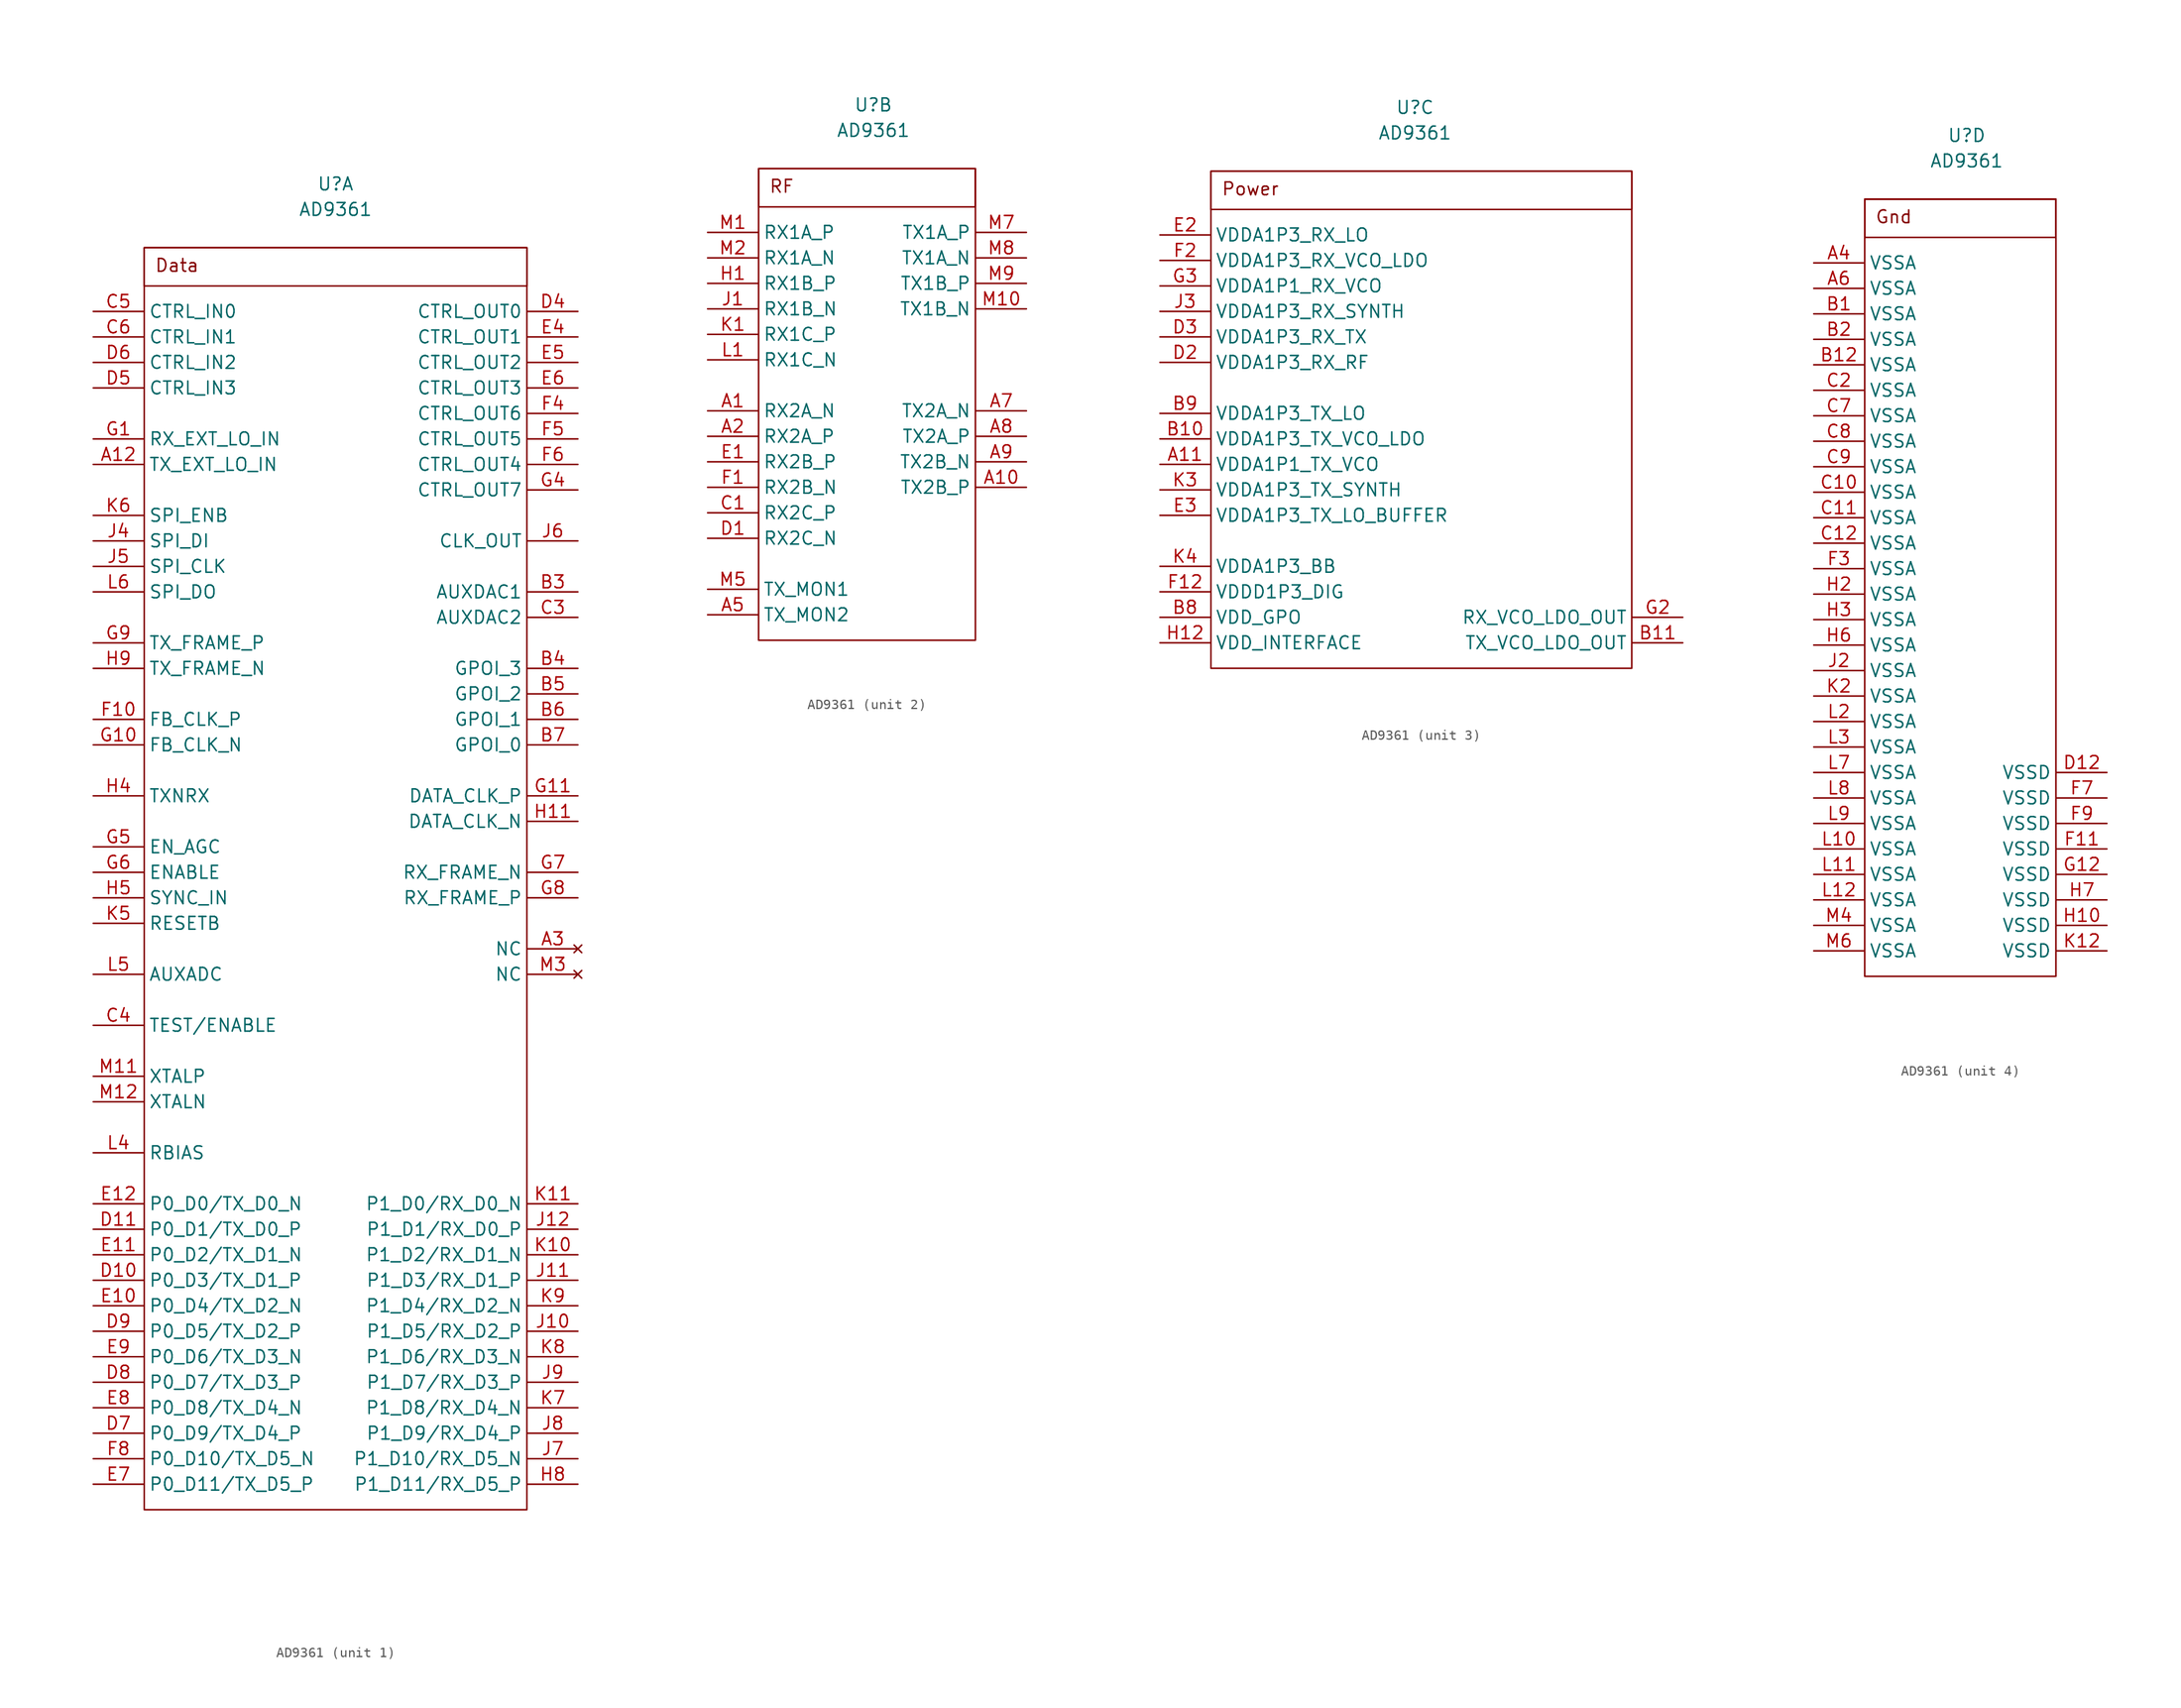
<source format=kicad_sym>
(kicad_symbol_lib
  (version 20231120)
  (generator "kicad_symbol_editor")
  (generator_version "8.0")
  (symbol "AD9361"
    (property "Reference" "U"
      (at 0 3.81 0)
      (effects (font (size 1.27 1.27))))
    (property "Value" "AD9361"
      (at 0 1.27 0)
      (effects (font (size 1.27 1.27))))
    (property "ki_locked" ""
      (at 0 0 0)
      (effects (font (size 1.27 1.27))))
    (symbol "AD9361_1_1"
      (rectangle (start -19.05 -2.54) (end 19.05 -128.27) (stroke (width 0) (type default)) (fill (type none)))
      (text_box "Data" (at -19.05 -2.54 0) (size 38.1 -3.81) (stroke (width 0) (type default)) (fill (type none)) (effects (font (size 1.27 1.27)) (justify left top)))
      (pin input line (at -24.13 -24.13 0) (length 5) (name "TX_EXT_LO_IN" (effects (font (size 1.27 1.27)))) (number "A12" (effects (font (size 1.27 1.27)))))
      (pin no_connect line (at 24.13 -72.39 180) (length 5) (name "NC" (effects (font (size 1.27 1.27)))) (number "A3" (effects (font (size 1.27 1.27)))))
      (pin output line (at 24.13 -36.83 180) (length 5) (name "AUXDAC1" (effects (font (size 1.27 1.27)))) (number "B3" (effects (font (size 1.27 1.27)))))
      (pin output line (at 24.13 -44.45 180) (length 5) (name "GPOI_3" (effects (font (size 1.27 1.27)))) (number "B4" (effects (font (size 1.27 1.27)))))
      (pin output line (at 24.13 -46.99 180) (length 5) (name "GPOI_2" (effects (font (size 1.27 1.27)))) (number "B5" (effects (font (size 1.27 1.27)))))
      (pin output line (at 24.13 -49.53 180) (length 5) (name "GPOI_1" (effects (font (size 1.27 1.27)))) (number "B6" (effects (font (size 1.27 1.27)))))
      (pin output line (at 24.13 -52.07 180) (length 5) (name "GPOI_0" (effects (font (size 1.27 1.27)))) (number "B7" (effects (font (size 1.27 1.27)))))
      (pin output line (at 24.13 -39.37 180) (length 5) (name "AUXDAC2" (effects (font (size 1.27 1.27)))) (number "C3" (effects (font (size 1.27 1.27)))))
      (pin input line (at -24.13 -80.01 0) (length 5) (name "TEST/ENABLE" (effects (font (size 1.27 1.27)))) (number "C4" (effects (font (size 1.27 1.27)))))
      (pin input line (at -24.13 -8.89 0) (length 5) (name "CTRL_IN0" (effects (font (size 1.27 1.27)))) (number "C5" (effects (font (size 1.27 1.27)))))
      (pin input line (at -24.13 -11.43 0) (length 5) (name "CTRL_IN1" (effects (font (size 1.27 1.27)))) (number "C6" (effects (font (size 1.27 1.27)))))
      (pin bidirectional line (at -24.13 -105.41 0) (length 5) (name "P0_D3/TX_D1_P" (effects (font (size 1.27 1.27)))) (number "D10" (effects (font (size 1.27 1.27)))))
      (pin bidirectional line (at -24.13 -100.33 0) (length 5) (name "P0_D1/TX_D0_P" (effects (font (size 1.27 1.27)))) (number "D11" (effects (font (size 1.27 1.27)))))
      (pin output line (at 24.13 -8.89 180) (length 5) (name "CTRL_OUT0" (effects (font (size 1.27 1.27)))) (number "D4" (effects (font (size 1.27 1.27)))))
      (pin input line (at -24.13 -16.51 0) (length 5) (name "CTRL_IN3" (effects (font (size 1.27 1.27)))) (number "D5" (effects (font (size 1.27 1.27)))))
      (pin input line (at -24.13 -13.97 0) (length 5) (name "CTRL_IN2" (effects (font (size 1.27 1.27)))) (number "D6" (effects (font (size 1.27 1.27)))))
      (pin bidirectional line (at -24.13 -120.65 0) (length 5) (name "P0_D9/TX_D4_P" (effects (font (size 1.27 1.27)))) (number "D7" (effects (font (size 1.27 1.27)))))
      (pin bidirectional line (at -24.13 -115.57 0) (length 5) (name "P0_D7/TX_D3_P" (effects (font (size 1.27 1.27)))) (number "D8" (effects (font (size 1.27 1.27)))))
      (pin bidirectional line (at -24.13 -110.49 0) (length 5) (name "P0_D5/TX_D2_P" (effects (font (size 1.27 1.27)))) (number "D9" (effects (font (size 1.27 1.27)))))
      (pin bidirectional line (at -24.13 -107.95 0) (length 5) (name "P0_D4/TX_D2_N" (effects (font (size 1.27 1.27)))) (number "E10" (effects (font (size 1.27 1.27)))))
      (pin bidirectional line (at -24.13 -102.87 0) (length 5) (name "P0_D2/TX_D1_N" (effects (font (size 1.27 1.27)))) (number "E11" (effects (font (size 1.27 1.27)))))
      (pin bidirectional line (at -24.13 -97.79 0) (length 5) (name "P0_D0/TX_D0_N" (effects (font (size 1.27 1.27)))) (number "E12" (effects (font (size 1.27 1.27)))))
      (pin output line (at 24.13 -11.43 180) (length 5) (name "CTRL_OUT1" (effects (font (size 1.27 1.27)))) (number "E4" (effects (font (size 1.27 1.27)))))
      (pin output line (at 24.13 -13.97 180) (length 5) (name "CTRL_OUT2" (effects (font (size 1.27 1.27)))) (number "E5" (effects (font (size 1.27 1.27)))))
      (pin output line (at 24.13 -16.51 180) (length 5) (name "CTRL_OUT3" (effects (font (size 1.27 1.27)))) (number "E6" (effects (font (size 1.27 1.27)))))
      (pin bidirectional line (at -24.13 -125.73 0) (length 5) (name "P0_D11/TX_D5_P" (effects (font (size 1.27 1.27)))) (number "E7" (effects (font (size 1.27 1.27)))))
      (pin bidirectional line (at -24.13 -118.11 0) (length 5) (name "P0_D8/TX_D4_N" (effects (font (size 1.27 1.27)))) (number "E8" (effects (font (size 1.27 1.27)))))
      (pin bidirectional line (at -24.13 -113.03 0) (length 5) (name "P0_D6/TX_D3_N" (effects (font (size 1.27 1.27)))) (number "E9" (effects (font (size 1.27 1.27)))))
      (pin input line (at -24.13 -49.53 0) (length 5) (name "FB_CLK_P" (effects (font (size 1.27 1.27)))) (number "F10" (effects (font (size 1.27 1.27)))))
      (pin output line (at 24.13 -19.05 180) (length 5) (name "CTRL_OUT6" (effects (font (size 1.27 1.27)))) (number "F4" (effects (font (size 1.27 1.27)))))
      (pin output line (at 24.13 -21.59 180) (length 5) (name "CTRL_OUT5" (effects (font (size 1.27 1.27)))) (number "F5" (effects (font (size 1.27 1.27)))))
      (pin output line (at 24.13 -24.13 180) (length 5) (name "CTRL_OUT4" (effects (font (size 1.27 1.27)))) (number "F6" (effects (font (size 1.27 1.27)))))
      (pin bidirectional line (at -24.13 -123.19 0) (length 5) (name "P0_D10/TX_D5_N" (effects (font (size 1.27 1.27)))) (number "F8" (effects (font (size 1.27 1.27)))))
      (pin input line (at -24.13 -21.59 0) (length 5) (name "RX_EXT_LO_IN" (effects (font (size 1.27 1.27)))) (number "G1" (effects (font (size 1.27 1.27)))))
      (pin input line (at -24.13 -52.07 0) (length 5) (name "FB_CLK_N" (effects (font (size 1.27 1.27)))) (number "G10" (effects (font (size 1.27 1.27)))))
      (pin output line (at 24.13 -57.15 180) (length 5) (name "DATA_CLK_P" (effects (font (size 1.27 1.27)))) (number "G11" (effects (font (size 1.27 1.27)))))
      (pin output line (at 24.13 -26.67 180) (length 5) (name "CTRL_OUT7" (effects (font (size 1.27 1.27)))) (number "G4" (effects (font (size 1.27 1.27)))))
      (pin input line (at -24.13 -62.23 0) (length 5) (name "EN_AGC" (effects (font (size 1.27 1.27)))) (number "G5" (effects (font (size 1.27 1.27)))))
      (pin input line (at -24.13 -64.77 0) (length 5) (name "ENABLE" (effects (font (size 1.27 1.27)))) (number "G6" (effects (font (size 1.27 1.27)))))
      (pin output line (at 24.13 -64.77 180) (length 5) (name "RX_FRAME_N" (effects (font (size 1.27 1.27)))) (number "G7" (effects (font (size 1.27 1.27)))))
      (pin output line (at 24.13 -67.31 180) (length 5) (name "RX_FRAME_P" (effects (font (size 1.27 1.27)))) (number "G8" (effects (font (size 1.27 1.27)))))
      (pin input line (at -24.13 -41.91 0) (length 5) (name "TX_FRAME_P" (effects (font (size 1.27 1.27)))) (number "G9" (effects (font (size 1.27 1.27)))))
      (pin output line (at 24.13 -59.69 180) (length 5) (name "DATA_CLK_N" (effects (font (size 1.27 1.27)))) (number "H11" (effects (font (size 1.27 1.27)))))
      (pin input line (at -24.13 -57.15 0) (length 5) (name "TXNRX" (effects (font (size 1.27 1.27)))) (number "H4" (effects (font (size 1.27 1.27)))))
      (pin input line (at -24.13 -67.31 0) (length 5) (name "SYNC_IN" (effects (font (size 1.27 1.27)))) (number "H5" (effects (font (size 1.27 1.27)))))
      (pin bidirectional line (at 24.13 -125.73 180) (length 5) (name "P1_D11/RX_D5_P" (effects (font (size 1.27 1.27)))) (number "H8" (effects (font (size 1.27 1.27)))))
      (pin input line (at -24.13 -44.45 0) (length 5) (name "TX_FRAME_N" (effects (font (size 1.27 1.27)))) (number "H9" (effects (font (size 1.27 1.27)))))
      (pin bidirectional line (at 24.13 -110.49 180) (length 5) (name "P1_D5/RX_D2_P" (effects (font (size 1.27 1.27)))) (number "J10" (effects (font (size 1.27 1.27)))))
      (pin bidirectional line (at 24.13 -105.41 180) (length 5) (name "P1_D3/RX_D1_P" (effects (font (size 1.27 1.27)))) (number "J11" (effects (font (size 1.27 1.27)))))
      (pin bidirectional line (at 24.13 -100.33 180) (length 5) (name "P1_D1/RX_D0_P" (effects (font (size 1.27 1.27)))) (number "J12" (effects (font (size 1.27 1.27)))))
      (pin input line (at -24.13 -31.75 0) (length 5) (name "SPI_DI" (effects (font (size 1.27 1.27)))) (number "J4" (effects (font (size 1.27 1.27)))))
      (pin input line (at -24.13 -34.29 0) (length 5) (name "SPI_CLK" (effects (font (size 1.27 1.27)))) (number "J5" (effects (font (size 1.27 1.27)))))
      (pin output line (at 24.13 -31.75 180) (length 5) (name "CLK_OUT" (effects (font (size 1.27 1.27)))) (number "J6" (effects (font (size 1.27 1.27)))))
      (pin bidirectional line (at 24.13 -123.19 180) (length 5) (name "P1_D10/RX_D5_N" (effects (font (size 1.27 1.27)))) (number "J7" (effects (font (size 1.27 1.27)))))
      (pin bidirectional line (at 24.13 -120.65 180) (length 5) (name "P1_D9/RX_D4_P" (effects (font (size 1.27 1.27)))) (number "J8" (effects (font (size 1.27 1.27)))))
      (pin bidirectional line (at 24.13 -115.57 180) (length 5) (name "P1_D7/RX_D3_P" (effects (font (size 1.27 1.27)))) (number "J9" (effects (font (size 1.27 1.27)))))
      (pin bidirectional line (at 24.13 -102.87 180) (length 5) (name "P1_D2/RX_D1_N" (effects (font (size 1.27 1.27)))) (number "K10" (effects (font (size 1.27 1.27)))))
      (pin bidirectional line (at 24.13 -97.79 180) (length 5) (name "P1_D0/RX_D0_N" (effects (font (size 1.27 1.27)))) (number "K11" (effects (font (size 1.27 1.27)))))
      (pin input line (at -24.13 -69.85 0) (length 5) (name "RESETB" (effects (font (size 1.27 1.27)))) (number "K5" (effects (font (size 1.27 1.27)))))
      (pin input line (at -24.13 -29.21 0) (length 5) (name "SPI_ENB" (effects (font (size 1.27 1.27)))) (number "K6" (effects (font (size 1.27 1.27)))))
      (pin bidirectional line (at 24.13 -118.11 180) (length 5) (name "P1_D8/RX_D4_N" (effects (font (size 1.27 1.27)))) (number "K7" (effects (font (size 1.27 1.27)))))
      (pin bidirectional line (at 24.13 -113.03 180) (length 5) (name "P1_D6/RX_D3_N" (effects (font (size 1.27 1.27)))) (number "K8" (effects (font (size 1.27 1.27)))))
      (pin bidirectional line (at 24.13 -107.95 180) (length 5) (name "P1_D4/RX_D2_N" (effects (font (size 1.27 1.27)))) (number "K9" (effects (font (size 1.27 1.27)))))
      (pin input line (at -24.13 -92.71 0) (length 5) (name "RBIAS" (effects (font (size 1.27 1.27)))) (number "L4" (effects (font (size 1.27 1.27)))))
      (pin input line (at -24.13 -74.93 0) (length 5) (name "AUXADC" (effects (font (size 1.27 1.27)))) (number "L5" (effects (font (size 1.27 1.27)))))
      (pin output line (at -24.13 -36.83 0) (length 5) (name "SPI_DO" (effects (font (size 1.27 1.27)))) (number "L6" (effects (font (size 1.27 1.27)))))
      (pin input line (at -24.13 -85.09 0) (length 5) (name "XTALP" (effects (font (size 1.27 1.27)))) (number "M11" (effects (font (size 1.27 1.27)))))
      (pin input line (at -24.13 -87.63 0) (length 5) (name "XTALN" (effects (font (size 1.27 1.27)))) (number "M12" (effects (font (size 1.27 1.27)))))
      (pin no_connect line (at 24.13 -74.93 180) (length 5) (name "NC" (effects (font (size 1.27 1.27)))) (number "M3" (effects (font (size 1.27 1.27))))))
    (symbol "AD9361_2_1"
      (rectangle (start -11.43 -2.54) (end 10.16 -49.53) (stroke (width 0) (type default)) (fill (type none)))
      (text_box "RF" (at -11.43 -2.54 0) (size 21.59 -3.81) (stroke (width 0) (type default)) (fill (type none)) (effects (font (size 1.27 1.27)) (justify left top)))
      (pin input line (at -16.51 -26.67 0) (length 5) (name "RX2A_N" (effects (font (size 1.27 1.27)))) (number "A1" (effects (font (size 1.27 1.27)))))
      (pin output line (at 15.24 -34.29 180) (length 5) (name "TX2B_P" (effects (font (size 1.27 1.27)))) (number "A10" (effects (font (size 1.27 1.27)))))
      (pin input line (at -16.51 -29.21 0) (length 5) (name "RX2A_P" (effects (font (size 1.27 1.27)))) (number "A2" (effects (font (size 1.27 1.27)))))
      (pin input line (at -16.51 -46.99 0) (length 5) (name "TX_MON2" (effects (font (size 1.27 1.27)))) (number "A5" (effects (font (size 1.27 1.27)))))
      (pin output line (at 15.24 -26.67 180) (length 5) (name "TX2A_N" (effects (font (size 1.27 1.27)))) (number "A7" (effects (font (size 1.27 1.27)))))
      (pin output line (at 15.24 -29.21 180) (length 5) (name "TX2A_P" (effects (font (size 1.27 1.27)))) (number "A8" (effects (font (size 1.27 1.27)))))
      (pin output line (at 15.24 -31.75 180) (length 5) (name "TX2B_N" (effects (font (size 1.27 1.27)))) (number "A9" (effects (font (size 1.27 1.27)))))
      (pin input line (at -16.51 -36.83 0) (length 5) (name "RX2C_P" (effects (font (size 1.27 1.27)))) (number "C1" (effects (font (size 1.27 1.27)))))
      (pin input line (at -16.51 -39.37 0) (length 5) (name "RX2C_N" (effects (font (size 1.27 1.27)))) (number "D1" (effects (font (size 1.27 1.27)))))
      (pin input line (at -16.51 -31.75 0) (length 5) (name "RX2B_P" (effects (font (size 1.27 1.27)))) (number "E1" (effects (font (size 1.27 1.27)))))
      (pin input line (at -16.51 -34.29 0) (length 5) (name "RX2B_N" (effects (font (size 1.27 1.27)))) (number "F1" (effects (font (size 1.27 1.27)))))
      (pin input line (at -16.51 -13.97 0) (length 5) (name "RX1B_P" (effects (font (size 1.27 1.27)))) (number "H1" (effects (font (size 1.27 1.27)))))
      (pin input line (at -16.51 -16.51 0) (length 5) (name "RX1B_N" (effects (font (size 1.27 1.27)))) (number "J1" (effects (font (size 1.27 1.27)))))
      (pin input line (at -16.51 -19.05 0) (length 5) (name "RX1C_P" (effects (font (size 1.27 1.27)))) (number "K1" (effects (font (size 1.27 1.27)))))
      (pin input line (at -16.51 -21.59 0) (length 5) (name "RX1C_N" (effects (font (size 1.27 1.27)))) (number "L1" (effects (font (size 1.27 1.27)))))
      (pin input line (at -16.51 -8.89 0) (length 5) (name "RX1A_P" (effects (font (size 1.27 1.27)))) (number "M1" (effects (font (size 1.27 1.27)))))
      (pin output line (at 15.24 -16.51 180) (length 5) (name "TX1B_N" (effects (font (size 1.27 1.27)))) (number "M10" (effects (font (size 1.27 1.27)))))
      (pin input line (at -16.51 -11.43 0) (length 5) (name "RX1A_N" (effects (font (size 1.27 1.27)))) (number "M2" (effects (font (size 1.27 1.27)))))
      (pin input line (at -16.51 -44.45 0) (length 5) (name "TX_MON1" (effects (font (size 1.27 1.27)))) (number "M5" (effects (font (size 1.27 1.27)))))
      (pin output line (at 15.24 -8.89 180) (length 5) (name "TX1A_P" (effects (font (size 1.27 1.27)))) (number "M7" (effects (font (size 1.27 1.27)))))
      (pin output line (at 15.24 -11.43 180) (length 5) (name "TX1A_N" (effects (font (size 1.27 1.27)))) (number "M8" (effects (font (size 1.27 1.27)))))
      (pin output line (at 15.24 -13.97 180) (length 5) (name "TX1B_P" (effects (font (size 1.27 1.27)))) (number "M9" (effects (font (size 1.27 1.27))))))
    (symbol "AD9361_3_1"
      (rectangle (start -20.32 -2.54) (end 21.59 -52.07) (stroke (width 0) (type default)) (fill (type none)))
      (text_box "Power" (at -20.32 -2.54 0) (size 41.91 -3.81) (stroke (width 0) (type default)) (fill (type none)) (effects (font (size 1.27 1.27)) (justify left top)))
      (pin input line (at -25.4 -31.75 0) (length 5) (name "VDDA1P1_TX_VCO" (effects (font (size 1.27 1.27)))) (number "A11" (effects (font (size 1.27 1.27)))))
      (pin input line (at -25.4 -29.21 0) (length 5) (name "VDDA1P3_TX_VCO_LDO" (effects (font (size 1.27 1.27)))) (number "B10" (effects (font (size 1.27 1.27)))))
      (pin output line (at 26.67 -49.53 180) (length 5) (name "TX_VCO_LDO_OUT" (effects (font (size 1.27 1.27)))) (number "B11" (effects (font (size 1.27 1.27)))))
      (pin input line (at -25.4 -46.99 0) (length 5) (name "VDD_GPO" (effects (font (size 1.27 1.27)))) (number "B8" (effects (font (size 1.27 1.27)))))
      (pin input line (at -25.4 -26.67 0) (length 5) (name "VDDA1P3_TX_LO" (effects (font (size 1.27 1.27)))) (number "B9" (effects (font (size 1.27 1.27)))))
      (pin input line (at -25.4 -21.59 0) (length 5) (name "VDDA1P3_RX_RF" (effects (font (size 1.27 1.27)))) (number "D2" (effects (font (size 1.27 1.27)))))
      (pin input line (at -25.4 -19.05 0) (length 5) (name "VDDA1P3_RX_TX" (effects (font (size 1.27 1.27)))) (number "D3" (effects (font (size 1.27 1.27)))))
      (pin input line (at -25.4 -8.89 0) (length 5) (name "VDDA1P3_RX_LO" (effects (font (size 1.27 1.27)))) (number "E2" (effects (font (size 1.27 1.27)))))
      (pin input line (at -25.4 -36.83 0) (length 5) (name "VDDA1P3_TX_LO_BUFFER" (effects (font (size 1.27 1.27)))) (number "E3" (effects (font (size 1.27 1.27)))))
      (pin input line (at -25.4 -44.45 0) (length 5) (name "VDDD1P3_DIG" (effects (font (size 1.27 1.27)))) (number "F12" (effects (font (size 1.27 1.27)))))
      (pin input line (at -25.4 -11.43 0) (length 5) (name "VDDA1P3_RX_VCO_LDO" (effects (font (size 1.27 1.27)))) (number "F2" (effects (font (size 1.27 1.27)))))
      (pin output line (at 26.67 -46.99 180) (length 5) (name "RX_VCO_LDO_OUT" (effects (font (size 1.27 1.27)))) (number "G2" (effects (font (size 1.27 1.27)))))
      (pin input line (at -25.4 -13.97 0) (length 5) (name "VDDA1P1_RX_VCO" (effects (font (size 1.27 1.27)))) (number "G3" (effects (font (size 1.27 1.27)))))
      (pin input line (at -25.4 -49.53 0) (length 5) (name "VDD_INTERFACE" (effects (font (size 1.27 1.27)))) (number "H12" (effects (font (size 1.27 1.27)))))
      (pin input line (at -25.4 -16.51 0) (length 5) (name "VDDA1P3_RX_SYNTH" (effects (font (size 1.27 1.27)))) (number "J3" (effects (font (size 1.27 1.27)))))
      (pin input line (at -25.4 -34.29 0) (length 5) (name "VDDA1P3_TX_SYNTH" (effects (font (size 1.27 1.27)))) (number "K3" (effects (font (size 1.27 1.27)))))
      (pin input line (at -25.4 -41.91 0) (length 5) (name "VDDA1P3_BB" (effects (font (size 1.27 1.27)))) (number "K4" (effects (font (size 1.27 1.27))))))
    (symbol "AD9361_4_1"
      (rectangle (start -10.16 -2.54) (end 8.89 -80.01) (stroke (width 0) (type default)) (fill (type none)))
      (text_box "Gnd" (at -10.16 -2.54 0) (size 19.05 -3.81) (stroke (width 0) (type default)) (fill (type none)) (effects (font (size 1.27 1.27)) (justify left top)))
      (pin input line (at -15.24 -8.89 0) (length 5) (name "VSSA" (effects (font (size 1.27 1.27)))) (number "A4" (effects (font (size 1.27 1.27)))))
      (pin input line (at -15.24 -11.43 0) (length 5) (name "VSSA" (effects (font (size 1.27 1.27)))) (number "A6" (effects (font (size 1.27 1.27)))))
      (pin input line (at -15.24 -13.97 0) (length 5) (name "VSSA" (effects (font (size 1.27 1.27)))) (number "B1" (effects (font (size 1.27 1.27)))))
      (pin input line (at -15.24 -19.05 0) (length 5) (name "VSSA" (effects (font (size 1.27 1.27)))) (number "B12" (effects (font (size 1.27 1.27)))))
      (pin input line (at -15.24 -16.51 0) (length 5) (name "VSSA" (effects (font (size 1.27 1.27)))) (number "B2" (effects (font (size 1.27 1.27)))))
      (pin input line (at -15.24 -31.75 0) (length 5) (name "VSSA" (effects (font (size 1.27 1.27)))) (number "C10" (effects (font (size 1.27 1.27)))))
      (pin input line (at -15.24 -34.29 0) (length 5) (name "VSSA" (effects (font (size 1.27 1.27)))) (number "C11" (effects (font (size 1.27 1.27)))))
      (pin input line (at -15.24 -36.83 0) (length 5) (name "VSSA" (effects (font (size 1.27 1.27)))) (number "C12" (effects (font (size 1.27 1.27)))))
      (pin input line (at -15.24 -21.59 0) (length 5) (name "VSSA" (effects (font (size 1.27 1.27)))) (number "C2" (effects (font (size 1.27 1.27)))))
      (pin input line (at -15.24 -24.13 0) (length 5) (name "VSSA" (effects (font (size 1.27 1.27)))) (number "C7" (effects (font (size 1.27 1.27)))))
      (pin input line (at -15.24 -26.67 0) (length 5) (name "VSSA" (effects (font (size 1.27 1.27)))) (number "C8" (effects (font (size 1.27 1.27)))))
      (pin input line (at -15.24 -29.21 0) (length 5) (name "VSSA" (effects (font (size 1.27 1.27)))) (number "C9" (effects (font (size 1.27 1.27)))))
      (pin input line (at 13.97 -59.69 180) (length 5) (name "VSSD" (effects (font (size 1.27 1.27)))) (number "D12" (effects (font (size 1.27 1.27)))))
      (pin input line (at 13.97 -67.31 180) (length 5) (name "VSSD" (effects (font (size 1.27 1.27)))) (number "F11" (effects (font (size 1.27 1.27)))))
      (pin input line (at -15.24 -39.37 0) (length 5) (name "VSSA" (effects (font (size 1.27 1.27)))) (number "F3" (effects (font (size 1.27 1.27)))))
      (pin input line (at 13.97 -62.23 180) (length 5) (name "VSSD" (effects (font (size 1.27 1.27)))) (number "F7" (effects (font (size 1.27 1.27)))))
      (pin input line (at 13.97 -64.77 180) (length 5) (name "VSSD" (effects (font (size 1.27 1.27)))) (number "F9" (effects (font (size 1.27 1.27)))))
      (pin input line (at 13.97 -69.85 180) (length 5) (name "VSSD" (effects (font (size 1.27 1.27)))) (number "G12" (effects (font (size 1.27 1.27)))))
      (pin input line (at 13.97 -74.93 180) (length 5) (name "VSSD" (effects (font (size 1.27 1.27)))) (number "H10" (effects (font (size 1.27 1.27)))))
      (pin input line (at -15.24 -41.91 0) (length 5) (name "VSSA" (effects (font (size 1.27 1.27)))) (number "H2" (effects (font (size 1.27 1.27)))))
      (pin input line (at -15.24 -44.45 0) (length 5) (name "VSSA" (effects (font (size 1.27 1.27)))) (number "H3" (effects (font (size 1.27 1.27)))))
      (pin input line (at -15.24 -46.99 0) (length 5) (name "VSSA" (effects (font (size 1.27 1.27)))) (number "H6" (effects (font (size 1.27 1.27)))))
      (pin input line (at 13.97 -72.39 180) (length 5) (name "VSSD" (effects (font (size 1.27 1.27)))) (number "H7" (effects (font (size 1.27 1.27)))))
      (pin input line (at -15.24 -49.53 0) (length 5) (name "VSSA" (effects (font (size 1.27 1.27)))) (number "J2" (effects (font (size 1.27 1.27)))))
      (pin input line (at 13.97 -77.47 180) (length 5) (name "VSSD" (effects (font (size 1.27 1.27)))) (number "K12" (effects (font (size 1.27 1.27)))))
      (pin input line (at -15.24 -52.07 0) (length 5) (name "VSSA" (effects (font (size 1.27 1.27)))) (number "K2" (effects (font (size 1.27 1.27)))))
      (pin input line (at -15.24 -67.31 0) (length 5) (name "VSSA" (effects (font (size 1.27 1.27)))) (number "L10" (effects (font (size 1.27 1.27)))))
      (pin input line (at -15.24 -69.85 0) (length 5) (name "VSSA" (effects (font (size 1.27 1.27)))) (number "L11" (effects (font (size 1.27 1.27)))))
      (pin input line (at -15.24 -72.39 0) (length 5) (name "VSSA" (effects (font (size 1.27 1.27)))) (number "L12" (effects (font (size 1.27 1.27)))))
      (pin input line (at -15.24 -54.61 0) (length 5) (name "VSSA" (effects (font (size 1.27 1.27)))) (number "L2" (effects (font (size 1.27 1.27)))))
      (pin input line (at -15.24 -57.15 0) (length 5) (name "VSSA" (effects (font (size 1.27 1.27)))) (number "L3" (effects (font (size 1.27 1.27)))))
      (pin input line (at -15.24 -59.69 0) (length 5) (name "VSSA" (effects (font (size 1.27 1.27)))) (number "L7" (effects (font (size 1.27 1.27)))))
      (pin input line (at -15.24 -62.23 0) (length 5) (name "VSSA" (effects (font (size 1.27 1.27)))) (number "L8" (effects (font (size 1.27 1.27)))))
      (pin input line (at -15.24 -64.77 0) (length 5) (name "VSSA" (effects (font (size 1.27 1.27)))) (number "L9" (effects (font (size 1.27 1.27)))))
      (pin input line (at -15.24 -74.93 0) (length 5) (name "VSSA" (effects (font (size 1.27 1.27)))) (number "M4" (effects (font (size 1.27 1.27)))))
      (pin input line (at -15.24 -77.47 0) (length 5) (name "VSSA" (effects (font (size 1.27 1.27)))) (number "M6" (effects (font (size 1.27 1.27))))))))
</source>
